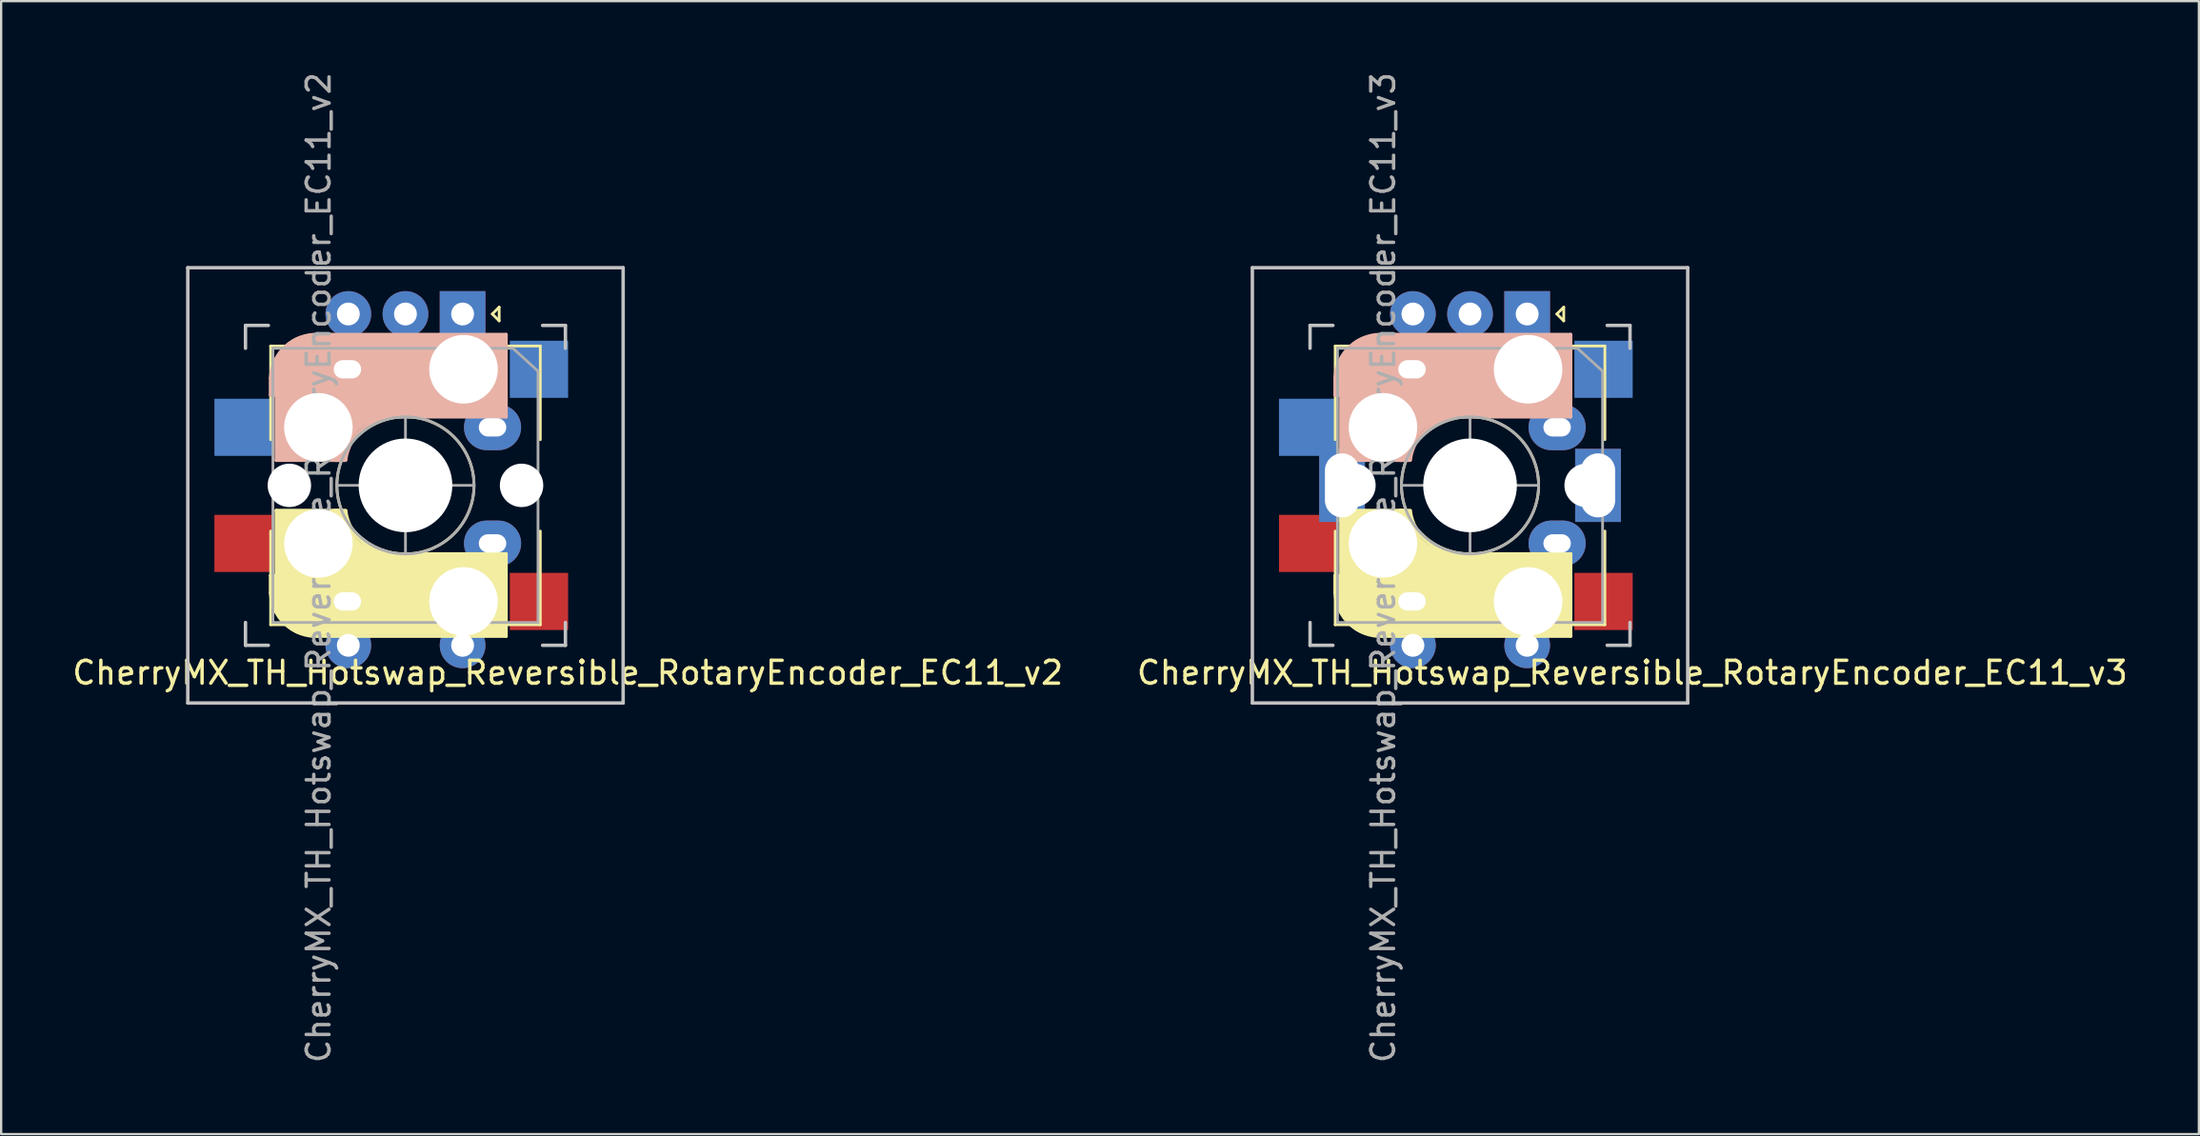
<source format=kicad_pcb>
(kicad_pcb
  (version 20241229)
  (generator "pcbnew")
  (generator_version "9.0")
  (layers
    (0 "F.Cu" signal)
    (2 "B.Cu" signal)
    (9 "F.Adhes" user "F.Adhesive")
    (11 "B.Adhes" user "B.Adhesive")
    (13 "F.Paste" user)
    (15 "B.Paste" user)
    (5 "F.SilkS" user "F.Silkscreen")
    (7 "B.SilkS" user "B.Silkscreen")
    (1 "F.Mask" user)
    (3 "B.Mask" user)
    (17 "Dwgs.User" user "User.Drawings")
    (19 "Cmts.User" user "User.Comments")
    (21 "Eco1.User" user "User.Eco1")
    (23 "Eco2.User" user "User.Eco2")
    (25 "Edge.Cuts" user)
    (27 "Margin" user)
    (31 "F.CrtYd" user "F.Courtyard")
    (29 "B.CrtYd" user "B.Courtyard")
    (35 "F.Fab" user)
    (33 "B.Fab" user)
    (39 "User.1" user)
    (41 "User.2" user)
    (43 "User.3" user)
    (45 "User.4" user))
  (footprint "CherryMX_TH_Hotswap_Reversible_RotaryEncoder_EC11_v2"
    (layer "F.Cu")
    (at 14.692 18.192)
    (property "Reference" "CherryMX_TH_Hotswap_Reversible_RotaryEncoder_EC11_v2" (at 7.1 8.2 0) (layer "F.SilkS") (effects (font (size 1 1) (thickness 0.15))))
    (attr through_hole)
    (fp_line (start -5.9 -2) (end -5.9 -6.1) (stroke (width 0.12) (type solid)) (layer "F.SilkS"))
    (fp_line (start -5.9 3.95) (end -5.7 3.95) (stroke (width 0.15) (type solid)) (layer "F.SilkS"))
    (fp_line (start -5.9 4.7) (end -5.9 3.95) (stroke (width 0.15) (type solid)) (layer "F.SilkS"))
    (fp_line (start -5.9 6.1) (end -5.9 2) (stroke (width 0.12) (type solid)) (layer "F.SilkS"))
    (fp_line (start -5.8 4.05) (end -5.8 4.7) (stroke (width 0.3) (type solid)) (layer "F.SilkS"))
    (fp_line (start -5.65 1.1) (end -2.62 1.1) (stroke (width 0.15) (type solid)) (layer "F.SilkS"))
    (fp_line (start -5.65 5.55) (end -5.65 1.1) (stroke (width 0.15) (type solid)) (layer "F.SilkS"))
    (fp_line (start -5.45 1.3) (end -3 1.3) (stroke (width 0.5) (type solid)) (layer "F.SilkS"))
    (fp_line (start -5.3 1.6) (end -5.3 3.4) (stroke (width 0.8) (type solid)) (layer "F.SilkS"))
    (fp_line (start -4.17 5.1) (end -4.17 2.86) (stroke (width 3) (type solid)) (layer "F.SilkS"))
    (fp_line (start -3.5 6.1) (end -5.9 6.1) (stroke (width 0.12) (type solid)) (layer "F.SilkS"))
    (fp_line (start -0.4 3) (end 4.4 3) (stroke (width 0.15) (type solid)) (layer "F.SilkS"))
    (fp_line (start 0 -0.5) (end 0 0.5) (stroke (width 0.12) (type solid)) (layer "F.SilkS"))
    (fp_line (start 0.5 0) (end -0.5 0) (stroke (width 0.12) (type solid)) (layer "F.SilkS"))
    (fp_line (start 1.3 6.1) (end -1.3 6.1) (stroke (width 0.12) (type solid)) (layer "F.SilkS"))
    (fp_line (start 2.6 4.8) (end -4.1 4.8) (stroke (width 3.5) (type solid)) (layer "F.SilkS"))
    (fp_line (start 3.8 -7.5) (end 4.1 -7.8) (stroke (width 0.12) (type solid)) (layer "F.SilkS"))
    (fp_line (start 3.9 6) (end 3.9 3.5) (stroke (width 1) (type solid)) (layer "F.SilkS"))
    (fp_line (start 4.1 -7.8) (end 4.1 -7.2) (stroke (width 0.12) (type solid)) (layer "F.SilkS"))
    (fp_line (start 4.1 -7.2) (end 3.8 -7.5) (stroke (width 0.12) (type solid)) (layer "F.SilkS"))
    (fp_line (start 4.2 3.25) (end 2.9 3.3) (stroke (width 0.5) (type solid)) (layer "F.SilkS"))
    (fp_line (start 4.25 6.4) (end 3 6.4) (stroke (width 0.4) (type solid)) (layer "F.SilkS"))
    (fp_line (start 4.38 4) (end 4.38 6.25) (stroke (width 0.15) (type solid)) (layer "F.SilkS"))
    (fp_line (start 4.4 3) (end 4.4 6.6) (stroke (width 0.15) (type solid)) (layer "F.SilkS"))
    (fp_line (start 4.4 6.6) (end -3.8 6.6) (stroke (width 0.15) (type solid)) (layer "F.SilkS"))
    (fp_line (start 5.9 -6.1) (end -5.9 -6.1) (stroke (width 0.12) (type solid)) (layer "F.SilkS"))
    (fp_line (start 5.9 -2) (end 5.9 -6.1) (stroke (width 0.12) (type solid)) (layer "F.SilkS"))
    (fp_line (start 5.9 2) (end 5.9 6.1) (stroke (width 0.12) (type solid)) (layer "F.SilkS"))
    (fp_line (start 5.9 6.1) (end 3.5 6.1) (stroke (width 0.12) (type solid)) (layer "F.SilkS"))
    (fp_arc (start -3.800001 6.6) (mid -5.243504 6.084924) (end -5.9 4.699999) (stroke (width 0.15) (type solid)) (layer "F.SilkS"))
    (fp_arc (start -0.8 3.4) (mid -2.268709 2.886118) (end -3.016318 1.521471) (stroke (width 1) (type solid)) (layer "F.SilkS"))
    (fp_arc (start -0.4 3) (mid -1.868709 2.486118) (end -2.616318 1.121471) (stroke (width 0.15) (type solid)) (layer "F.SilkS"))
    (fp_circle (center 0 0) (end 0 3) (stroke (width 0.12) (type solid)) (fill no) (layer "F.SilkS"))
    (fp_line (start -5.9 -4.7) (end -5.9 -3.95) (stroke (width 0.15) (type solid)) (layer "B.SilkS"))
    (fp_line (start -5.9 -3.95) (end -5.7 -3.95) (stroke (width 0.15) (type solid)) (layer "B.SilkS"))
    (fp_line (start -5.8 -4.05) (end -5.8 -4.7) (stroke (width 0.3) (type solid)) (layer "B.SilkS"))
    (fp_line (start -5.65 -5.55) (end -5.65 -1.1) (stroke (width 0.15) (type solid)) (layer "B.SilkS"))
    (fp_line (start -5.65 -1.1) (end -2.62 -1.1) (stroke (width 0.15) (type solid)) (layer "B.SilkS"))
    (fp_line (start -5.45 -1.3) (end -3 -1.3) (stroke (width 0.5) (type solid)) (layer "B.SilkS"))
    (fp_line (start -5.3 -1.6) (end -5.3 -3.4) (stroke (width 0.8) (type solid)) (layer "B.SilkS"))
    (fp_line (start -4.17 -5.1) (end -4.17 -2.86) (stroke (width 3) (type solid)) (layer "B.SilkS"))
    (fp_line (start -0.4 -3) (end 4.4 -3) (stroke (width 0.15) (type solid)) (layer "B.SilkS"))
    (fp_line (start 2.6 -4.8) (end -4.1 -4.8) (stroke (width 3.5) (type solid)) (layer "B.SilkS"))
    (fp_line (start 3.9 -6) (end 3.9 -3.5) (stroke (width 1) (type solid)) (layer "B.SilkS"))
    (fp_line (start 4.2 -3.25) (end 2.9 -3.3) (stroke (width 0.5) (type solid)) (layer "B.SilkS"))
    (fp_line (start 4.25 -6.4) (end 3 -6.4) (stroke (width 0.4) (type solid)) (layer "B.SilkS"))
    (fp_line (start 4.38 -4) (end 4.38 -6.25) (stroke (width 0.15) (type solid)) (layer "B.SilkS"))
    (fp_line (start 4.4 -6.6) (end -3.8 -6.6) (stroke (width 0.15) (type solid)) (layer "B.SilkS"))
    (fp_line (start 4.4 -3) (end 4.4 -6.6) (stroke (width 0.15) (type solid)) (layer "B.SilkS"))
    (fp_arc (start -5.9 -4.699999) (mid -5.243504 -6.084924) (end -3.800001 -6.6) (stroke (width 0.15) (type solid)) (layer "B.SilkS"))
    (fp_arc (start -3.016318 -1.521471) (mid -2.268709 -2.886118) (end -0.8 -3.4) (stroke (width 1) (type solid)) (layer "B.SilkS"))
    (fp_arc (start -2.616318 -1.121471) (mid -1.868709 -2.486118) (end -0.4 -3) (stroke (width 0.15) (type solid)) (layer "B.SilkS"))
    (fp_line (start -9.525 -9.525) (end 9.525 -9.525) (stroke (width 0.15) (type solid)) (layer "Dwgs.User"))
    (fp_line (start -9.525 9.525) (end -9.525 -9.525) (stroke (width 0.15) (type solid)) (layer "Dwgs.User"))
    (fp_line (start -7 -7) (end -6 -7) (stroke (width 0.15) (type solid)) (layer "Dwgs.User"))
    (fp_line (start -7 -6) (end -7 -7) (stroke (width 0.15) (type solid)) (layer "Dwgs.User"))
    (fp_line (start -7 6) (end -7 7) (stroke (width 0.15) (type solid)) (layer "Dwgs.User"))
    (fp_line (start -7 7) (end -6 7) (stroke (width 0.15) (type solid)) (layer "Dwgs.User"))
    (fp_line (start 6 7) (end 7 7) (stroke (width 0.15) (type solid)) (layer "Dwgs.User"))
    (fp_line (start 7 -7) (end 6 -7) (stroke (width 0.15) (type solid)) (layer "Dwgs.User"))
    (fp_line (start 7 -7) (end 7 -6) (stroke (width 0.15) (type solid)) (layer "Dwgs.User"))
    (fp_line (start 7 7) (end 7 6) (stroke (width 0.15) (type solid)) (layer "Dwgs.User"))
    (fp_line (start 9.525 -9.525) (end 9.525 9.525) (stroke (width 0.15) (type solid)) (layer "Dwgs.User"))
    (fp_line (start 9.525 9.525) (end -9.525 9.525) (stroke (width 0.15) (type solid)) (layer "Dwgs.User"))
    (fp_line (start -5.8 -6) (end 4.7 -6) (stroke (width 0.12) (type solid)) (layer "F.Fab"))
    (fp_line (start -5.8 6) (end -5.8 -6) (stroke (width 0.12) (type solid)) (layer "F.Fab"))
    (fp_line (start 0 -3) (end 0 3) (stroke (width 0.12) (type solid)) (layer "F.Fab"))
    (fp_line (start 3 0) (end -3 0) (stroke (width 0.12) (type solid)) (layer "F.Fab"))
    (fp_line (start 4.7 -6) (end 5.8 -5) (stroke (width 0.12) (type solid)) (layer "F.Fab"))
    (fp_line (start 5.8 -5) (end 5.8 6) (stroke (width 0.12) (type solid)) (layer "F.Fab"))
    (fp_line (start 5.8 6) (end -5.8 6) (stroke (width 0.12) (type solid)) (layer "F.Fab"))
    (fp_circle (center 0 0) (end 0 3) (stroke (width 0.12) (type solid)) (fill no) (layer "F.Fab"))
    (fp_text user "${REFERENCE}" (at -3.8 3.6 270) (layer "F.Fab") (effects (font (size 1 1) (thickness 0.15))))
    (pad "" np_thru_hole circle (at -5.08 0) (size 1.9 1.9) (drill 1.9) (layers "*.Cu" "*.Mask"))
    (pad "" np_thru_hole circle (at -3.81 -2.54) (size 3 3) (drill 3) (layers "*.Cu" "*.Mask"))
    (pad "" np_thru_hole circle (at -3.81 2.54) (size 3 3) (drill 3) (layers "*.Cu" "*.Mask"))
    (pad "" np_thru_hole circle (at 0 0 90) (size 4.1 4.1) (drill 4.1) (layers "*.Cu" "*.Mask"))
    (pad "" np_thru_hole circle (at 2.54 -5.08) (size 3 3) (drill 3) (layers "*.Cu" "*.Mask"))
    (pad "" np_thru_hole circle (at 2.54 5.08) (size 3 3) (drill 3) (layers "*.Cu" "*.Mask"))
    (pad "" np_thru_hole circle (at 5.08 0) (size 1.9 1.9) (drill 1.9) (layers "*.Cu" "*.Mask"))
    (pad "A" thru_hole rect (at 2.5 -7.5 270) (size 2 2) (drill 1) (layers "*.Cu" "*.Mask"))
    (pad "B" thru_hole circle (at -2.5 -7.5 270) (size 2 2) (drill 1) (layers "*.Cu" "*.Mask"))
    (pad "C" thru_hole circle (at 0 -7.5 270) (size 2 2) (drill 1) (layers "*.Cu" "*.Mask"))
    (pad "S1" smd rect (at -7.085 -2.54 180) (size 2.55 2.5) (layers "B.Cu" "B.Mask" "B.Paste"))
    (pad "S1" smd rect (at -7.085 2.54 180) (size 2.55 2.5) (layers "F.Cu" "F.Mask" "F.Paste"))
    (pad "S1" thru_hole oval (at -2.54 -5.08) (size 2.5 2) (drill oval 1.2 0.8) (layers "*.Cu" "F.Mask"))
    (pad "S1" thru_hole oval (at -2.54 5.08) (size 2.5 2) (drill oval 1.2 0.8) (layers "*.Cu" "B.Mask"))
    (pad "S1" thru_hole circle (at -2.5 7 270) (size 2 2) (drill 1) (layers "*.Cu" "*.Mask"))
    (pad "S2" thru_hole circle (at 2.5 7 270) (size 2 2) (drill 1) (layers "*.Cu" "*.Mask"))
    (pad "S2" thru_hole oval (at 3.81 -2.54) (size 2.5 2) (drill oval 1.2 0.8) (layers "*.Cu" "F.Mask"))
    (pad "S2" thru_hole oval (at 3.81 2.54) (size 2.5 2) (drill oval 1.2 0.8) (layers "*.Cu" "B.Mask"))
    (pad "S2" smd rect (at 5.842 -5.08 180) (size 2.55 2.5) (layers "B.Cu" "B.Mask" "B.Paste"))
    (pad "S2" smd rect (at 5.842 5.08 180) (size 2.55 2.5) (layers "F.Cu" "F.Mask" "F.Paste")))
  (footprint "CherryMX_TH_Hotswap_Reversible_RotaryEncoder_EC11_v3"
    (layer "F.Cu")
    (at 61.275 18.192)
    (property "Reference" "CherryMX_TH_Hotswap_Reversible_RotaryEncoder_EC11_v3" (at 7.1 8.2 0) (layer "F.SilkS") (effects (font (size 1 1) (thickness 0.15))))
    (attr through_hole)
    (fp_line (start -5.9 -2) (end -5.9 -6.1) (stroke (width 0.12) (type solid)) (layer "F.SilkS"))
    (fp_line (start -5.9 3.95) (end -5.7 3.95) (stroke (width 0.15) (type solid)) (layer "F.SilkS"))
    (fp_line (start -5.9 4.7) (end -5.9 3.95) (stroke (width 0.15) (type solid)) (layer "F.SilkS"))
    (fp_line (start -5.9 6.1) (end -5.9 2) (stroke (width 0.12) (type solid)) (layer "F.SilkS"))
    (fp_line (start -5.8 4.05) (end -5.8 4.7) (stroke (width 0.3) (type solid)) (layer "F.SilkS"))
    (fp_line (start -5.65 1.1) (end -2.62 1.1) (stroke (width 0.15) (type solid)) (layer "F.SilkS"))
    (fp_line (start -5.65 5.55) (end -5.65 1.1) (stroke (width 0.15) (type solid)) (layer "F.SilkS"))
    (fp_line (start -5.45 1.3) (end -3 1.3) (stroke (width 0.5) (type solid)) (layer "F.SilkS"))
    (fp_line (start -5.3 1.6) (end -5.3 3.4) (stroke (width 0.8) (type solid)) (layer "F.SilkS"))
    (fp_line (start -4.17 5.1) (end -4.17 2.86) (stroke (width 3) (type solid)) (layer "F.SilkS"))
    (fp_line (start -3.5 6.1) (end -5.9 6.1) (stroke (width 0.12) (type solid)) (layer "F.SilkS"))
    (fp_line (start -0.4 3) (end 4.4 3) (stroke (width 0.15) (type solid)) (layer "F.SilkS"))
    (fp_line (start 0 -0.5) (end 0 0.5) (stroke (width 0.12) (type solid)) (layer "F.SilkS"))
    (fp_line (start 0.5 0) (end -0.5 0) (stroke (width 0.12) (type solid)) (layer "F.SilkS"))
    (fp_line (start 1.3 6.1) (end -1.3 6.1) (stroke (width 0.12) (type solid)) (layer "F.SilkS"))
    (fp_line (start 2.6 4.8) (end -4.1 4.8) (stroke (width 3.5) (type solid)) (layer "F.SilkS"))
    (fp_line (start 3.8 -7.5) (end 4.1 -7.8) (stroke (width 0.12) (type solid)) (layer "F.SilkS"))
    (fp_line (start 3.9 6) (end 3.9 3.5) (stroke (width 1) (type solid)) (layer "F.SilkS"))
    (fp_line (start 4.1 -7.8) (end 4.1 -7.2) (stroke (width 0.12) (type solid)) (layer "F.SilkS"))
    (fp_line (start 4.1 -7.2) (end 3.8 -7.5) (stroke (width 0.12) (type solid)) (layer "F.SilkS"))
    (fp_line (start 4.2 3.25) (end 2.9 3.3) (stroke (width 0.5) (type solid)) (layer "F.SilkS"))
    (fp_line (start 4.25 6.4) (end 3 6.4) (stroke (width 0.4) (type solid)) (layer "F.SilkS"))
    (fp_line (start 4.38 4) (end 4.38 6.25) (stroke (width 0.15) (type solid)) (layer "F.SilkS"))
    (fp_line (start 4.4 3) (end 4.4 6.6) (stroke (width 0.15) (type solid)) (layer "F.SilkS"))
    (fp_line (start 4.4 6.6) (end -3.8 6.6) (stroke (width 0.15) (type solid)) (layer "F.SilkS"))
    (fp_line (start 5.9 -6.1) (end -5.9 -6.1) (stroke (width 0.12) (type solid)) (layer "F.SilkS"))
    (fp_line (start 5.9 -2) (end 5.9 -6.1) (stroke (width 0.12) (type solid)) (layer "F.SilkS"))
    (fp_line (start 5.9 2) (end 5.9 6.1) (stroke (width 0.12) (type solid)) (layer "F.SilkS"))
    (fp_line (start 5.9 6.1) (end 3.5 6.1) (stroke (width 0.12) (type solid)) (layer "F.SilkS"))
    (fp_arc (start -3.800001 6.6) (mid -5.243504 6.084924) (end -5.9 4.699999) (stroke (width 0.15) (type solid)) (layer "F.SilkS"))
    (fp_arc (start -0.8 3.4) (mid -2.268709 2.886118) (end -3.016318 1.521471) (stroke (width 1) (type solid)) (layer "F.SilkS"))
    (fp_arc (start -0.4 3) (mid -1.868709 2.486118) (end -2.616318 1.121471) (stroke (width 0.15) (type solid)) (layer "F.SilkS"))
    (fp_circle (center 0 0) (end 0 3) (stroke (width 0.12) (type solid)) (fill no) (layer "F.SilkS"))
    (fp_line (start -5.9 -4.7) (end -5.9 -3.95) (stroke (width 0.15) (type solid)) (layer "B.SilkS"))
    (fp_line (start -5.9 -3.95) (end -5.7 -3.95) (stroke (width 0.15) (type solid)) (layer "B.SilkS"))
    (fp_line (start -5.8 -4.05) (end -5.8 -4.7) (stroke (width 0.3) (type solid)) (layer "B.SilkS"))
    (fp_line (start -5.65 -5.55) (end -5.65 -1.1) (stroke (width 0.15) (type solid)) (layer "B.SilkS"))
    (fp_line (start -5.65 -1.1) (end -2.62 -1.1) (stroke (width 0.15) (type solid)) (layer "B.SilkS"))
    (fp_line (start -5.45 -1.3) (end -3 -1.3) (stroke (width 0.5) (type solid)) (layer "B.SilkS"))
    (fp_line (start -5.3 -1.6) (end -5.3 -3.4) (stroke (width 0.8) (type solid)) (layer "B.SilkS"))
    (fp_line (start -4.17 -5.1) (end -4.17 -2.86) (stroke (width 3) (type solid)) (layer "B.SilkS"))
    (fp_line (start -0.4 -3) (end 4.4 -3) (stroke (width 0.15) (type solid)) (layer "B.SilkS"))
    (fp_line (start 2.6 -4.8) (end -4.1 -4.8) (stroke (width 3.5) (type solid)) (layer "B.SilkS"))
    (fp_line (start 3.9 -6) (end 3.9 -3.5) (stroke (width 1) (type solid)) (layer "B.SilkS"))
    (fp_line (start 4.2 -3.25) (end 2.9 -3.3) (stroke (width 0.5) (type solid)) (layer "B.SilkS"))
    (fp_line (start 4.25 -6.4) (end 3 -6.4) (stroke (width 0.4) (type solid)) (layer "B.SilkS"))
    (fp_line (start 4.38 -4) (end 4.38 -6.25) (stroke (width 0.15) (type solid)) (layer "B.SilkS"))
    (fp_line (start 4.4 -6.6) (end -3.8 -6.6) (stroke (width 0.15) (type solid)) (layer "B.SilkS"))
    (fp_line (start 4.4 -3) (end 4.4 -6.6) (stroke (width 0.15) (type solid)) (layer "B.SilkS"))
    (fp_arc (start -5.9 -4.699999) (mid -5.243504 -6.084924) (end -3.800001 -6.6) (stroke (width 0.15) (type solid)) (layer "B.SilkS"))
    (fp_arc (start -3.016318 -1.521471) (mid -2.268709 -2.886118) (end -0.8 -3.4) (stroke (width 1) (type solid)) (layer "B.SilkS"))
    (fp_arc (start -2.616318 -1.121471) (mid -1.868709 -2.486118) (end -0.4 -3) (stroke (width 0.15) (type solid)) (layer "B.SilkS"))
    (fp_line (start -9.525 -9.525) (end 9.525 -9.525) (stroke (width 0.15) (type solid)) (layer "Dwgs.User"))
    (fp_line (start -9.525 9.525) (end -9.525 -9.525) (stroke (width 0.15) (type solid)) (layer "Dwgs.User"))
    (fp_line (start -7 -7) (end -6 -7) (stroke (width 0.15) (type solid)) (layer "Dwgs.User"))
    (fp_line (start -7 -6) (end -7 -7) (stroke (width 0.15) (type solid)) (layer "Dwgs.User"))
    (fp_line (start -7 6) (end -7 7) (stroke (width 0.15) (type solid)) (layer "Dwgs.User"))
    (fp_line (start -7 7) (end -6 7) (stroke (width 0.15) (type solid)) (layer "Dwgs.User"))
    (fp_line (start 6 7) (end 7 7) (stroke (width 0.15) (type solid)) (layer "Dwgs.User"))
    (fp_line (start 7 -7) (end 6 -7) (stroke (width 0.15) (type solid)) (layer "Dwgs.User"))
    (fp_line (start 7 -7) (end 7 -6) (stroke (width 0.15) (type solid)) (layer "Dwgs.User"))
    (fp_line (start 7 7) (end 7 6) (stroke (width 0.15) (type solid)) (layer "Dwgs.User"))
    (fp_line (start 9.525 -9.525) (end 9.525 9.525) (stroke (width 0.15) (type solid)) (layer "Dwgs.User"))
    (fp_line (start 9.525 9.525) (end -9.525 9.525) (stroke (width 0.15) (type solid)) (layer "Dwgs.User"))
    (fp_line (start -5.8 -6) (end 4.7 -6) (stroke (width 0.12) (type solid)) (layer "F.Fab"))
    (fp_line (start -5.8 6) (end -5.8 -6) (stroke (width 0.12) (type solid)) (layer "F.Fab"))
    (fp_line (start 0 -3) (end 0 3) (stroke (width 0.12) (type solid)) (layer "F.Fab"))
    (fp_line (start 3 0) (end -3 0) (stroke (width 0.12) (type solid)) (layer "F.Fab"))
    (fp_line (start 4.7 -6) (end 5.8 -5) (stroke (width 0.12) (type solid)) (layer "F.Fab"))
    (fp_line (start 5.8 -5) (end 5.8 6) (stroke (width 0.12) (type solid)) (layer "F.Fab"))
    (fp_line (start 5.8 6) (end -5.8 6) (stroke (width 0.12) (type solid)) (layer "F.Fab"))
    (fp_circle (center 0 0) (end 0 3) (stroke (width 0.12) (type solid)) (fill no) (layer "F.Fab"))
    (fp_text user "${REFERENCE}" (at -3.8 3.6 270) (layer "F.Fab") (effects (font (size 1 1) (thickness 0.15))))
    (pad "" np_thru_hole rect (at -5.6 0 90) (size 3.2 2) (drill oval 2.8 1.5) (layers "*.Cu" "*.Mask"))
    (pad "" np_thru_hole circle (at -5.08 0) (size 1.9 1.9) (drill 1.9) (layers "*.Cu" "*.Mask"))
    (pad "" np_thru_hole circle (at -3.81 -2.54) (size 3 3) (drill 3) (layers "*.Cu" "*.Mask"))
    (pad "" np_thru_hole circle (at -3.81 2.54) (size 3 3) (drill 3) (layers "*.Cu" "*.Mask"))
    (pad "" np_thru_hole circle (at 0 0 90) (size 4.1 4.1) (drill 4.1) (layers "*.Cu" "*.Mask"))
    (pad "" np_thru_hole circle (at 2.54 -5.08) (size 3 3) (drill 3) (layers "*.Cu" "*.Mask"))
    (pad "" np_thru_hole circle (at 2.54 5.08) (size 3 3) (drill 3) (layers "*.Cu" "*.Mask"))
    (pad "" np_thru_hole circle (at 5.08 0) (size 1.9 1.9) (drill 1.9) (layers "*.Cu" "*.Mask"))
    (pad "" np_thru_hole rect (at 5.6 0 90) (size 3.2 2) (drill oval 2.8 1.5) (layers "*.Cu" "*.Mask"))
    (pad "A" thru_hole rect (at 2.5 -7.5 270) (size 2 2) (drill 1) (layers "*.Cu" "*.Mask"))
    (pad "B" thru_hole circle (at -2.5 -7.5 270) (size 2 2) (drill 1) (layers "*.Cu" "*.Mask"))
    (pad "C" thru_hole circle (at 0 -7.5 270) (size 2 2) (drill 1) (layers "*.Cu" "*.Mask"))
    (pad "S1" smd rect (at -7.085 -2.54 180) (size 2.55 2.5) (layers "B.Cu" "B.Mask" "B.Paste"))
    (pad "S1" smd rect (at -7.085 2.54 180) (size 2.55 2.5) (layers "F.Cu" "F.Mask" "F.Paste"))
    (pad "S1" thru_hole oval (at -2.54 -5.08) (size 2.5 2) (drill oval 1.2 0.8) (layers "*.Cu" "F.Mask"))
    (pad "S1" thru_hole oval (at -2.54 5.08) (size 2.5 2) (drill oval 1.2 0.8) (layers "*.Cu" "B.Mask"))
    (pad "S1" thru_hole circle (at -2.5 7 270) (size 2 2) (drill 1) (layers "*.Cu" "*.Mask"))
    (pad "S2" thru_hole circle (at 2.5 7 270) (size 2 2) (drill 1) (layers "*.Cu" "*.Mask"))
    (pad "S2" thru_hole oval (at 3.81 -2.54) (size 2.5 2) (drill oval 1.2 0.8) (layers "*.Cu" "F.Mask"))
    (pad "S2" thru_hole oval (at 3.81 2.54) (size 2.5 2) (drill oval 1.2 0.8) (layers "*.Cu" "B.Mask"))
    (pad "S2" smd rect (at 5.842 -5.08 180) (size 2.55 2.5) (layers "B.Cu" "B.Mask" "B.Paste"))
    (pad "S2" smd rect (at 5.842 5.08 180) (size 2.55 2.5) (layers "F.Cu" "F.Mask" "F.Paste")))
  (gr_rect
    (start -3 -3)
    (end 93.167 46.583)
    (stroke (width 0.1) (type default))
    (fill no)
    (layer "Edge.Cuts")))
</source>
